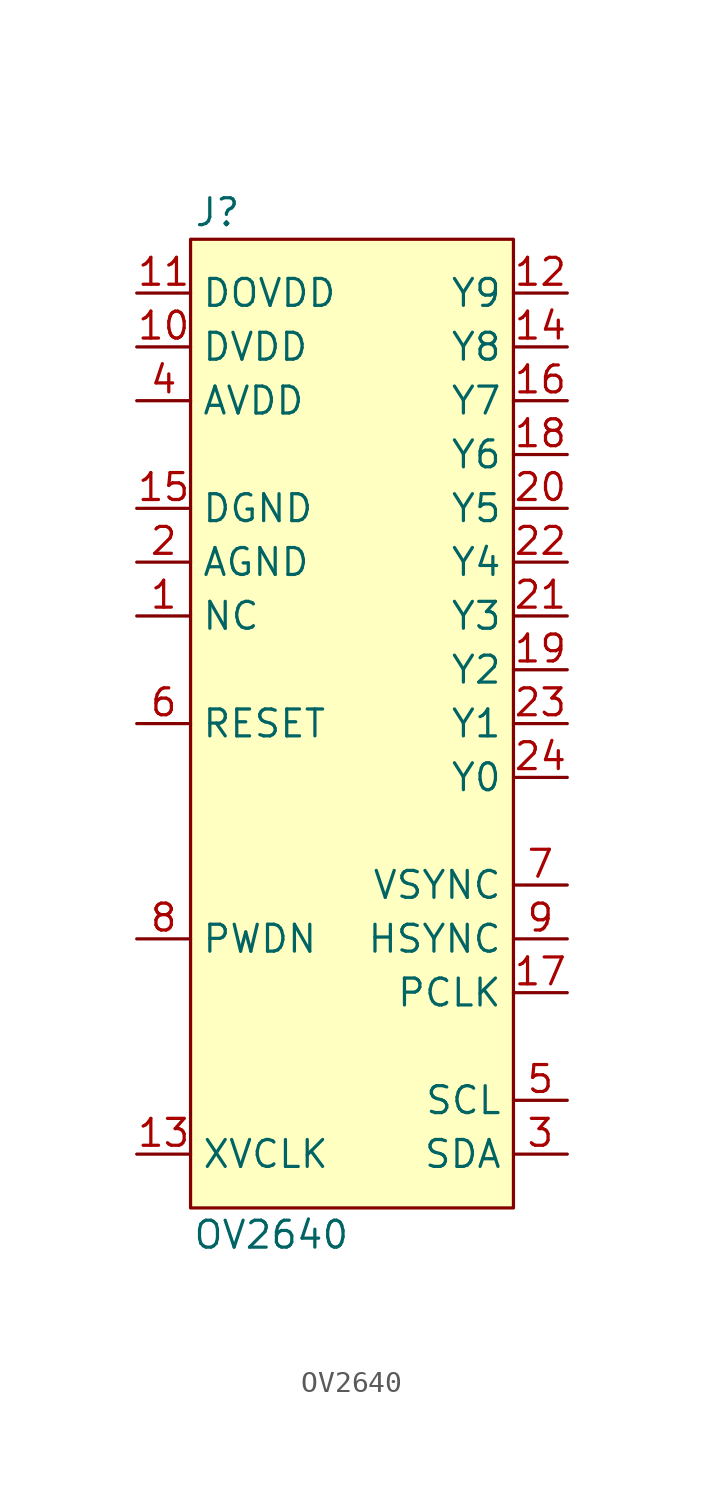
<source format=kicad_sym>
(kicad_symbol_lib
  (version 20220914)
  (generator kicad_symbol_editor)
  (symbol "OV2640"
    (property "Reference" "J"
      (at 1.27 1.27 0)
      (effects (font (size 1.27 1.27))))
    (property "Value" "OV2640"
      (at 3.81 -46.99 0)
      (effects (font (size 1.27 1.27))))
    (symbol "OV2640_0_1"
      (rectangle (start 0 0) (end 15.24 -45.72) (stroke (width 0) (type default)) (fill (type background))))
    (symbol "OV2640_1_1"
      (pin bidirectional line (at -2.54 -17.78 0) (length 2.54) (name "NC" (effects (font (size 1.27 1.27)))) (number "1" (effects (font (size 1.27 1.27)))))
      (pin bidirectional line (at -2.54 -5.08 0) (length 2.54) (name "DVDD" (effects (font (size 1.27 1.27)))) (number "10" (effects (font (size 1.27 1.27)))))
      (pin bidirectional line (at -2.54 -2.54 0) (length 2.54) (name "DOVDD" (effects (font (size 1.27 1.27)))) (number "11" (effects (font (size 1.27 1.27)))))
      (pin bidirectional line (at 17.78 -2.54 180) (length 2.54) (name "Y9" (effects (font (size 1.27 1.27)))) (number "12" (effects (font (size 1.27 1.27)))))
      (pin bidirectional line (at -2.54 -43.18 0) (length 2.54) (name "XVCLK" (effects (font (size 1.27 1.27)))) (number "13" (effects (font (size 1.27 1.27)))))
      (pin bidirectional line (at 17.78 -5.08 180) (length 2.54) (name "Y8" (effects (font (size 1.27 1.27)))) (number "14" (effects (font (size 1.27 1.27)))))
      (pin bidirectional line (at -2.54 -12.7 0) (length 2.54) (name "DGND" (effects (font (size 1.27 1.27)))) (number "15" (effects (font (size 1.27 1.27)))))
      (pin bidirectional line (at 17.78 -7.62 180) (length 2.54) (name "Y7" (effects (font (size 1.27 1.27)))) (number "16" (effects (font (size 1.27 1.27)))))
      (pin bidirectional line (at 17.78 -35.56 180) (length 2.54) (name "PCLK" (effects (font (size 1.27 1.27)))) (number "17" (effects (font (size 1.27 1.27)))))
      (pin bidirectional line (at 17.78 -10.16 180) (length 2.54) (name "Y6" (effects (font (size 1.27 1.27)))) (number "18" (effects (font (size 1.27 1.27)))))
      (pin bidirectional line (at 17.78 -20.32 180) (length 2.54) (name "Y2" (effects (font (size 1.27 1.27)))) (number "19" (effects (font (size 1.27 1.27)))))
      (pin bidirectional line (at -2.54 -15.24 0) (length 2.54) (name "AGND" (effects (font (size 1.27 1.27)))) (number "2" (effects (font (size 1.27 1.27)))))
      (pin bidirectional line (at 17.78 -12.7 180) (length 2.54) (name "Y5" (effects (font (size 1.27 1.27)))) (number "20" (effects (font (size 1.27 1.27)))))
      (pin bidirectional line (at 17.78 -17.78 180) (length 2.54) (name "Y3" (effects (font (size 1.27 1.27)))) (number "21" (effects (font (size 1.27 1.27)))))
      (pin bidirectional line (at 17.78 -15.24 180) (length 2.54) (name "Y4" (effects (font (size 1.27 1.27)))) (number "22" (effects (font (size 1.27 1.27)))))
      (pin bidirectional line (at 17.78 -22.86 180) (length 2.54) (name "Y1" (effects (font (size 1.27 1.27)))) (number "23" (effects (font (size 1.27 1.27)))))
      (pin bidirectional line (at 17.78 -25.4 180) (length 2.54) (name "Y0" (effects (font (size 1.27 1.27)))) (number "24" (effects (font (size 1.27 1.27)))))
      (pin bidirectional line (at 17.78 -43.18 180) (length 2.54) (name "SDA" (effects (font (size 1.27 1.27)))) (number "3" (effects (font (size 1.27 1.27)))))
      (pin bidirectional line (at -2.54 -7.62 0) (length 2.54) (name "AVDD" (effects (font (size 1.27 1.27)))) (number "4" (effects (font (size 1.27 1.27)))))
      (pin bidirectional line (at 17.78 -40.64 180) (length 2.54) (name "SCL" (effects (font (size 1.27 1.27)))) (number "5" (effects (font (size 1.27 1.27)))))
      (pin bidirectional line (at -2.54 -22.86 0) (length 2.54) (name "RESET" (effects (font (size 1.27 1.27)))) (number "6" (effects (font (size 1.27 1.27)))))
      (pin bidirectional line (at 17.78 -30.48 180) (length 2.54) (name "VSYNC" (effects (font (size 1.27 1.27)))) (number "7" (effects (font (size 1.27 1.27)))))
      (pin bidirectional line (at -2.54 -33.02 0) (length 2.54) (name "PWDN" (effects (font (size 1.27 1.27)))) (number "8" (effects (font (size 1.27 1.27)))))
      (pin bidirectional line (at 17.78 -33.02 180) (length 2.54) (name "HSYNC" (effects (font (size 1.27 1.27)))) (number "9" (effects (font (size 1.27 1.27))))))))
</source>
